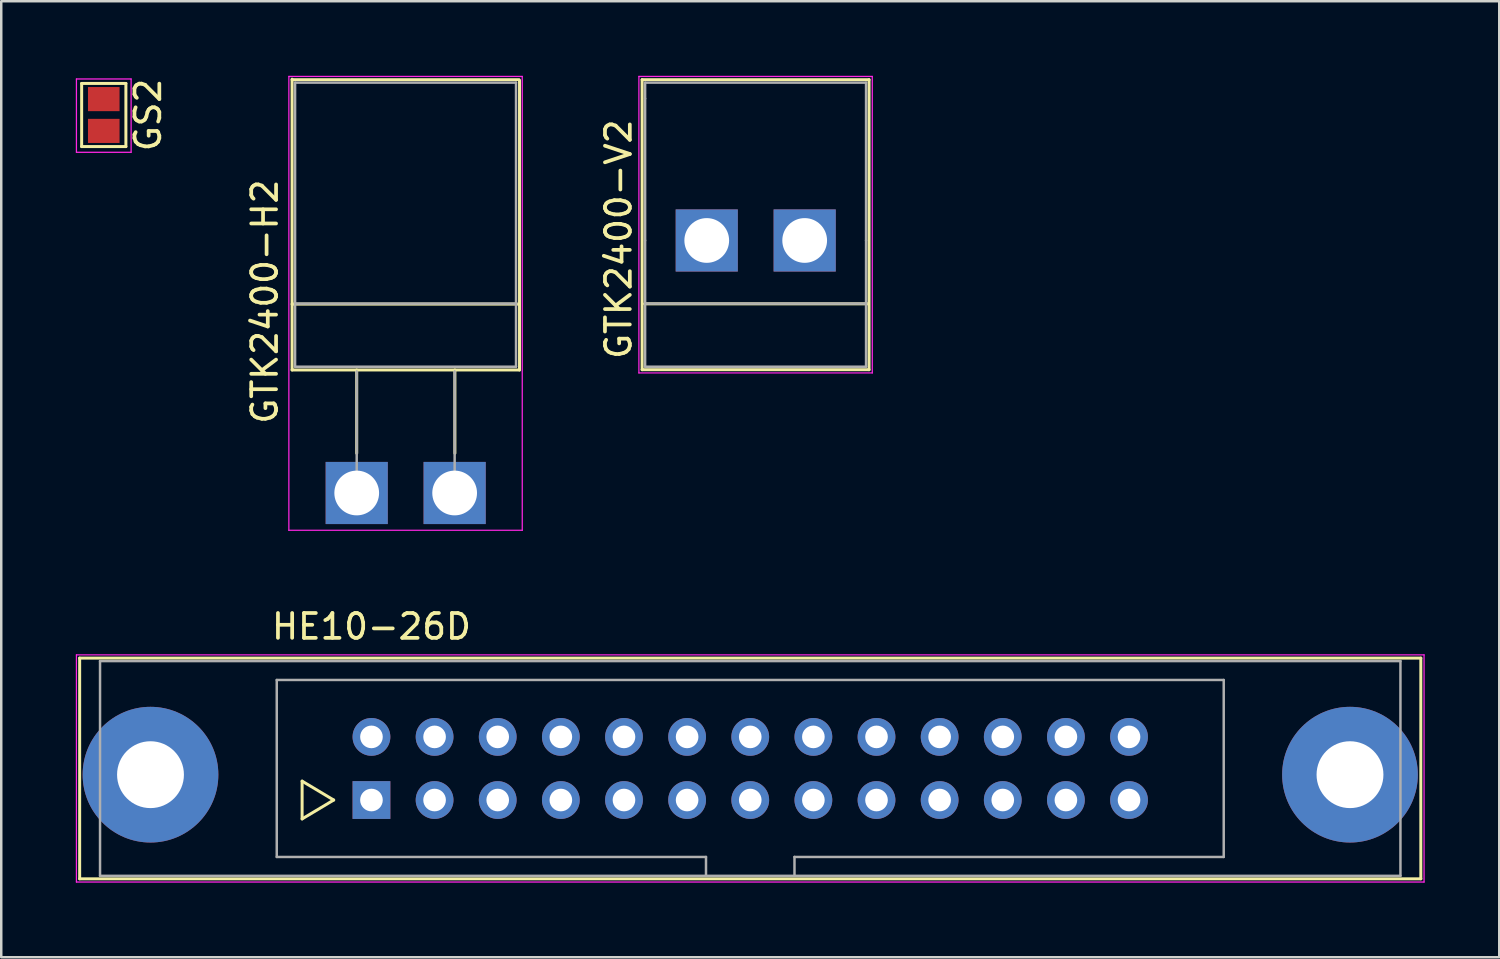
<source format=kicad_pcb>
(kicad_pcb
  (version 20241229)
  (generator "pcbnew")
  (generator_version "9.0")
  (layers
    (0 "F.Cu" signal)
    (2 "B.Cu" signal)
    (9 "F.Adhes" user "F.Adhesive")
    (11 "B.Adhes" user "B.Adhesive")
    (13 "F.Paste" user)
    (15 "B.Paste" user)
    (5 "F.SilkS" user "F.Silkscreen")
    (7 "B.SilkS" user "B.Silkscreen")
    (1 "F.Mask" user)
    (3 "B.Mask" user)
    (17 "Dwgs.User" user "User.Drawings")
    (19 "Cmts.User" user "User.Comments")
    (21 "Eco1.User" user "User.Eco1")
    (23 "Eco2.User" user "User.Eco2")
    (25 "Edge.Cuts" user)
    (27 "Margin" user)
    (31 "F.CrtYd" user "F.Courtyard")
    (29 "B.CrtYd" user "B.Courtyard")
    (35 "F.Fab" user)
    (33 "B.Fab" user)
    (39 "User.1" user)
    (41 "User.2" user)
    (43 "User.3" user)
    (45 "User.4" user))
  (footprint "HE10-26D"
    (layer "F.Cu")
    (at 11.895 29.138)
    (property "Reference" "HE10-26D" (at 0 -6.98 0) (layer "F.SilkS") (effects (font (size 1 1) (thickness 0.15))))
    (attr through_hole)
    (fp_line (start -11.74 -5.71) (end -11.74 3.17) (stroke (width 0.12) (type solid)) (layer "F.SilkS"))
    (fp_line (start -11.74 -5.71) (end 42.22 -5.71) (stroke (width 0.12) (type solid)) (layer "F.SilkS"))
    (fp_line (start -2.79 -0.76) (end -2.79 0.76) (stroke (width 0.12) (type solid)) (layer "F.SilkS"))
    (fp_line (start -2.79 0.76) (end -1.52 0) (stroke (width 0.12) (type solid)) (layer "F.SilkS"))
    (fp_line (start -1.52 0) (end -2.79 -0.76) (stroke (width 0.12) (type solid)) (layer "F.SilkS"))
    (fp_line (start 42.22 3.17) (end -11.74 3.17) (stroke (width 0.12) (type solid)) (layer "F.SilkS"))
    (fp_line (start 42.22 3.17) (end 42.22 -5.71) (stroke (width 0.12) (type solid)) (layer "F.SilkS"))
    (fp_line (start -11.87 -5.84) (end -11.87 3.3) (stroke (width 0.05) (type solid)) (layer "F.CrtYd"))
    (fp_line (start -11.87 -5.84) (end 42.35 -5.84) (stroke (width 0.05) (type solid)) (layer "F.CrtYd"))
    (fp_line (start 42.35 3.3) (end -11.87 3.3) (stroke (width 0.05) (type solid)) (layer "F.CrtYd"))
    (fp_line (start 42.35 3.3) (end 42.35 -5.84) (stroke (width 0.05) (type solid)) (layer "F.CrtYd"))
    (fp_line (start -10.92 -5.59) (end -10.92 3.05) (stroke (width 0.1) (type solid)) (layer "F.Fab"))
    (fp_line (start -10.92 3.05) (end 41.4 3.05) (stroke (width 0.1) (type solid)) (layer "F.Fab"))
    (fp_line (start -3.81 -4.83) (end 34.29 -4.83) (stroke (width 0.1) (type solid)) (layer "F.Fab"))
    (fp_line (start -3.81 2.29) (end -3.81 -4.83) (stroke (width 0.1) (type solid)) (layer "F.Fab"))
    (fp_line (start 13.46 2.29) (end -3.81 2.29) (stroke (width 0.1) (type solid)) (layer "F.Fab"))
    (fp_line (start 13.46 3.05) (end 13.46 2.29) (stroke (width 0.1) (type solid)) (layer "F.Fab"))
    (fp_line (start 17.02 2.29) (end 17.02 3.05) (stroke (width 0.1) (type solid)) (layer "F.Fab"))
    (fp_line (start 34.29 -4.83) (end 34.29 2.29) (stroke (width 0.1) (type solid)) (layer "F.Fab"))
    (fp_line (start 34.29 2.29) (end 17.02 2.29) (stroke (width 0.1) (type solid)) (layer "F.Fab"))
    (fp_line (start 41.4 -5.59) (end -10.92 -5.59) (stroke (width 0.1) (type solid)) (layer "F.Fab"))
    (fp_line (start 41.4 3.05) (end 41.4 -5.59) (stroke (width 0.1) (type solid)) (layer "F.Fab"))
    (pad "" thru_hole circle (at -8.89 -1.02) (size 5.46 5.46) (drill 2.69) (layers "*.Cu" "*.Mask"))
    (pad "" thru_hole circle (at 39.37 -1.02) (size 5.46 5.46) (drill 2.69) (layers "*.Cu" "*.Mask"))
    (pad "1" thru_hole rect (at 0 0) (size 1.52 1.52) (drill 0.91) (layers "*.Cu" "*.Mask"))
    (pad "2" thru_hole circle (at 0 -2.54) (size 1.52 1.52) (drill 0.91) (layers "*.Cu" "*.Mask"))
    (pad "3" thru_hole circle (at 2.54 0) (size 1.52 1.52) (drill 0.91) (layers "*.Cu" "*.Mask"))
    (pad "4" thru_hole circle (at 2.54 -2.54) (size 1.52 1.52) (drill 0.91) (layers "*.Cu" "*.Mask"))
    (pad "5" thru_hole circle (at 5.08 0) (size 1.52 1.52) (drill 0.91) (layers "*.Cu" "*.Mask"))
    (pad "6" thru_hole circle (at 5.08 -2.54) (size 1.52 1.52) (drill 0.91) (layers "*.Cu" "*.Mask"))
    (pad "7" thru_hole circle (at 7.62 0) (size 1.52 1.52) (drill 0.91) (layers "*.Cu" "*.Mask"))
    (pad "8" thru_hole circle (at 7.62 -2.54) (size 1.52 1.52) (drill 0.91) (layers "*.Cu" "*.Mask"))
    (pad "9" thru_hole circle (at 10.16 0) (size 1.52 1.52) (drill 0.91) (layers "*.Cu" "*.Mask"))
    (pad "10" thru_hole circle (at 10.16 -2.54) (size 1.52 1.52) (drill 0.91) (layers "*.Cu" "*.Mask"))
    (pad "11" thru_hole circle (at 12.7 0) (size 1.52 1.52) (drill 0.91) (layers "*.Cu" "*.Mask"))
    (pad "12" thru_hole circle (at 12.7 -2.54) (size 1.52 1.52) (drill 0.91) (layers "*.Cu" "*.Mask"))
    (pad "13" thru_hole circle (at 15.24 0) (size 1.52 1.52) (drill 0.91) (layers "*.Cu" "*.Mask"))
    (pad "14" thru_hole circle (at 15.24 -2.54) (size 1.52 1.52) (drill 0.91) (layers "*.Cu" "*.Mask"))
    (pad "15" thru_hole circle (at 17.78 0) (size 1.52 1.52) (drill 0.91) (layers "*.Cu" "*.Mask"))
    (pad "16" thru_hole circle (at 17.78 -2.54) (size 1.52 1.52) (drill 0.91) (layers "*.Cu" "*.Mask"))
    (pad "17" thru_hole circle (at 20.32 0) (size 1.52 1.52) (drill 0.91) (layers "*.Cu" "*.Mask"))
    (pad "18" thru_hole circle (at 20.32 -2.54) (size 1.52 1.52) (drill 0.91) (layers "*.Cu" "*.Mask"))
    (pad "19" thru_hole circle (at 22.86 0) (size 1.52 1.52) (drill 0.91) (layers "*.Cu" "*.Mask"))
    (pad "20" thru_hole circle (at 22.86 -2.54) (size 1.52 1.52) (drill 0.91) (layers "*.Cu" "*.Mask"))
    (pad "21" thru_hole circle (at 25.4 0) (size 1.52 1.52) (drill 0.91) (layers "*.Cu" "*.Mask"))
    (pad "22" thru_hole circle (at 25.4 -2.54) (size 1.52 1.52) (drill 0.91) (layers "*.Cu" "*.Mask"))
    (pad "23" thru_hole circle (at 27.94 0) (size 1.52 1.52) (drill 0.91) (layers "*.Cu" "*.Mask"))
    (pad "24" thru_hole circle (at 27.94 -2.54) (size 1.52 1.52) (drill 0.91) (layers "*.Cu" "*.Mask"))
    (pad "25" thru_hole circle (at 30.48 0) (size 1.52 1.52) (drill 0.91) (layers "*.Cu" "*.Mask"))
    (pad "26" thru_hole circle (at 30.48 -2.54) (size 1.52 1.52) (drill 0.91) (layers "*.Cu" "*.Mask")))
  (footprint "GS2"
    (layer "F.Cu")
    (at 1.125 1.577)
    (property "Reference" "GS2" (at 1.78 0 90) (layer "F.SilkS") (effects (font (size 1 1) (thickness 0.15))))
    (attr smd)
    (fp_line (start -0.89 -1.27) (end -0.89 1.27) (stroke (width 0.12) (type solid)) (layer "F.SilkS"))
    (fp_line (start -0.89 -1.27) (end 0.89 -1.27) (stroke (width 0.12) (type solid)) (layer "F.SilkS"))
    (fp_line (start 0.89 1.27) (end -0.89 1.27) (stroke (width 0.12) (type solid)) (layer "F.SilkS"))
    (fp_line (start 0.89 1.27) (end 0.89 -1.27) (stroke (width 0.12) (type solid)) (layer "F.SilkS"))
    (fp_line (start -1.1 -1.45) (end 1.1 -1.45) (stroke (width 0.05) (type solid)) (layer "F.CrtYd"))
    (fp_line (start -1.1 1.5) (end -1.1 -1.45) (stroke (width 0.05) (type solid)) (layer "F.CrtYd"))
    (fp_line (start 1.1 -1.45) (end 1.1 1.5) (stroke (width 0.05) (type solid)) (layer "F.CrtYd"))
    (fp_line (start 1.1 1.5) (end -1.1 1.5) (stroke (width 0.05) (type solid)) (layer "F.CrtYd"))
    (pad "1" smd rect (at 0 -0.64) (size 1.27 0.97) (layers "F.Cu" "F.Mask" "F.Paste"))
    (pad "2" smd rect (at 0 0.64) (size 1.27 0.97) (layers "F.Cu" "F.Mask" "F.Paste")))
  (footprint "GTK2400-V2"
    (layer "F.Cu")
    (at 25.385 6.625)
    (property "Reference" "GTK2400-V2" (at -3.55 -0.05 270) (layer "F.SilkS") (effects (font (size 1 1) (thickness 0.15))))
    (attr through_hole)
    (fp_line (start -2.6 -6.47) (end -2.6 5.2) (stroke (width 0.12) (type solid)) (layer "F.SilkS"))
    (fp_line (start -2.6 -6.47) (end 6.53 -6.47) (stroke (width 0.12) (type solid)) (layer "F.SilkS"))
    (fp_line (start -2.5 2.55) (end 6.5 2.55) (stroke (width 0.12) (type solid)) (layer "F.SilkS"))
    (fp_line (start 6.53 5.2) (end -2.6 5.2) (stroke (width 0.12) (type solid)) (layer "F.SilkS"))
    (fp_line (start 6.53 5.2) (end 6.53 -6.47) (stroke (width 0.12) (type solid)) (layer "F.SilkS"))
    (fp_line (start -2.73 -6.6) (end -2.73 5.33) (stroke (width 0.05) (type solid)) (layer "F.CrtYd"))
    (fp_line (start -2.73 -6.6) (end 6.66 -6.6) (stroke (width 0.05) (type solid)) (layer "F.CrtYd"))
    (fp_line (start 6.66 5.33) (end -2.73 5.33) (stroke (width 0.05) (type solid)) (layer "F.CrtYd"))
    (fp_line (start 6.66 5.33) (end 6.66 -6.6) (stroke (width 0.05) (type solid)) (layer "F.CrtYd"))
    (fp_line (start -2.48 -6.35) (end 6.41 -6.35) (stroke (width 0.1) (type solid)) (layer "F.Fab"))
    (fp_line (start -2.48 -5.71) (end -2.48 -6.35) (stroke (width 0.1) (type solid)) (layer "F.Fab"))
    (fp_line (start -2.48 0) (end -2.48 -5.71) (stroke (width 0.1) (type solid)) (layer "F.Fab"))
    (fp_line (start -2.48 2.54) (end 6.41 2.54) (stroke (width 0.1) (type solid)) (layer "F.Fab"))
    (fp_line (start -2.48 5.08) (end -2.48 0) (stroke (width 0.1) (type solid)) (layer "F.Fab"))
    (fp_line (start 6.41 -6.35) (end 6.41 0) (stroke (width 0.1) (type solid)) (layer "F.Fab"))
    (fp_line (start 6.41 0) (end 6.41 5.08) (stroke (width 0.1) (type solid)) (layer "F.Fab"))
    (fp_line (start 6.41 5.08) (end -2.48 5.08) (stroke (width 0.1) (type solid)) (layer "F.Fab"))
    (pad "1" thru_hole rect (at 0 0) (size 2.5 2.5) (drill 1.8) (layers "*.Cu" "*.Mask"))
    (pad "2" thru_hole rect (at 3.94 0) (size 2.5 2.5) (drill 1.8) (layers "*.Cu" "*.Mask")))
  (footprint "GTK2400-H2"
    (layer "F.Cu")
    (at 11.302 16.785)
    (property "Reference" "GTK2400-H2" (at -3.7 -7.7 90) (layer "F.SilkS") (effects (font (size 1 1) (thickness 0.15))))
    (attr through_hole)
    (fp_line (start -2.6 -16.65) (end -2.6 -4.95) (stroke (width 0.12) (type solid)) (layer "F.SilkS"))
    (fp_line (start -2.6 -16.63) (end 6.53 -16.63) (stroke (width 0.12) (type solid)) (layer "F.SilkS"))
    (fp_line (start -2.6 -7.6) (end 6.5 -7.6) (stroke (width 0.12) (type solid)) (layer "F.SilkS"))
    (fp_line (start -2.6 -4.95) (end 6.55 -4.95) (stroke (width 0.12) (type solid)) (layer "F.SilkS"))
    (fp_line (start 0 -1.6) (end 0 -4.95) (stroke (width 0.12) (type solid)) (layer "F.SilkS"))
    (fp_line (start 3.95 -4.95) (end 3.95 -1.6) (stroke (width 0.12) (type solid)) (layer "F.SilkS"))
    (fp_line (start 6.55 -4.95) (end 6.55 -16.6) (stroke (width 0.12) (type solid)) (layer "F.SilkS"))
    (fp_line (start -2.73 -16.76) (end -2.73 1.5) (stroke (width 0.05) (type solid)) (layer "F.CrtYd"))
    (fp_line (start -2.73 -16.76) (end 6.66 -16.76) (stroke (width 0.05) (type solid)) (layer "F.CrtYd"))
    (fp_line (start 6.66 1.5) (end -2.73 1.5) (stroke (width 0.05) (type solid)) (layer "F.CrtYd"))
    (fp_line (start 6.66 1.5) (end 6.66 -16.76) (stroke (width 0.05) (type solid)) (layer "F.CrtYd"))
    (fp_line (start -2.48 -16.51) (end 6.41 -16.51) (stroke (width 0.1) (type solid)) (layer "F.Fab"))
    (fp_line (start -2.48 -7.62) (end -2.48 -16.51) (stroke (width 0.1) (type solid)) (layer "F.Fab"))
    (fp_line (start -2.48 -7.62) (end 6.41 -7.62) (stroke (width 0.1) (type solid)) (layer "F.Fab"))
    (fp_line (start -2.48 -5.08) (end -2.48 -7.62) (stroke (width 0.1) (type solid)) (layer "F.Fab"))
    (fp_line (start 0 0) (end 0 -4.89) (stroke (width 0.1) (type solid)) (layer "F.Fab"))
    (fp_line (start 3.94 0) (end 3.94 -4.89) (stroke (width 0.1) (type solid)) (layer "F.Fab"))
    (fp_line (start 6.41 -16.51) (end 6.41 -7.62) (stroke (width 0.1) (type solid)) (layer "F.Fab"))
    (fp_line (start 6.41 -7.62) (end 6.41 -5.08) (stroke (width 0.1) (type solid)) (layer "F.Fab"))
    (fp_line (start 6.41 -5.08) (end -2.48 -5.08) (stroke (width 0.1) (type solid)) (layer "F.Fab"))
    (pad "1" thru_hole rect (at 0 0) (size 2.5 2.5) (drill 1.8) (layers "*.Cu" "*.Mask"))
    (pad "2" thru_hole rect (at 3.94 0) (size 2.5 2.5) (drill 1.8) (layers "*.Cu" "*.Mask")))
  (gr_rect
    (start -3 -3)
    (end 57.27 35.463)
    (stroke (width 0.1) (type default))
    (fill no)
    (layer "Edge.Cuts")))
</source>
